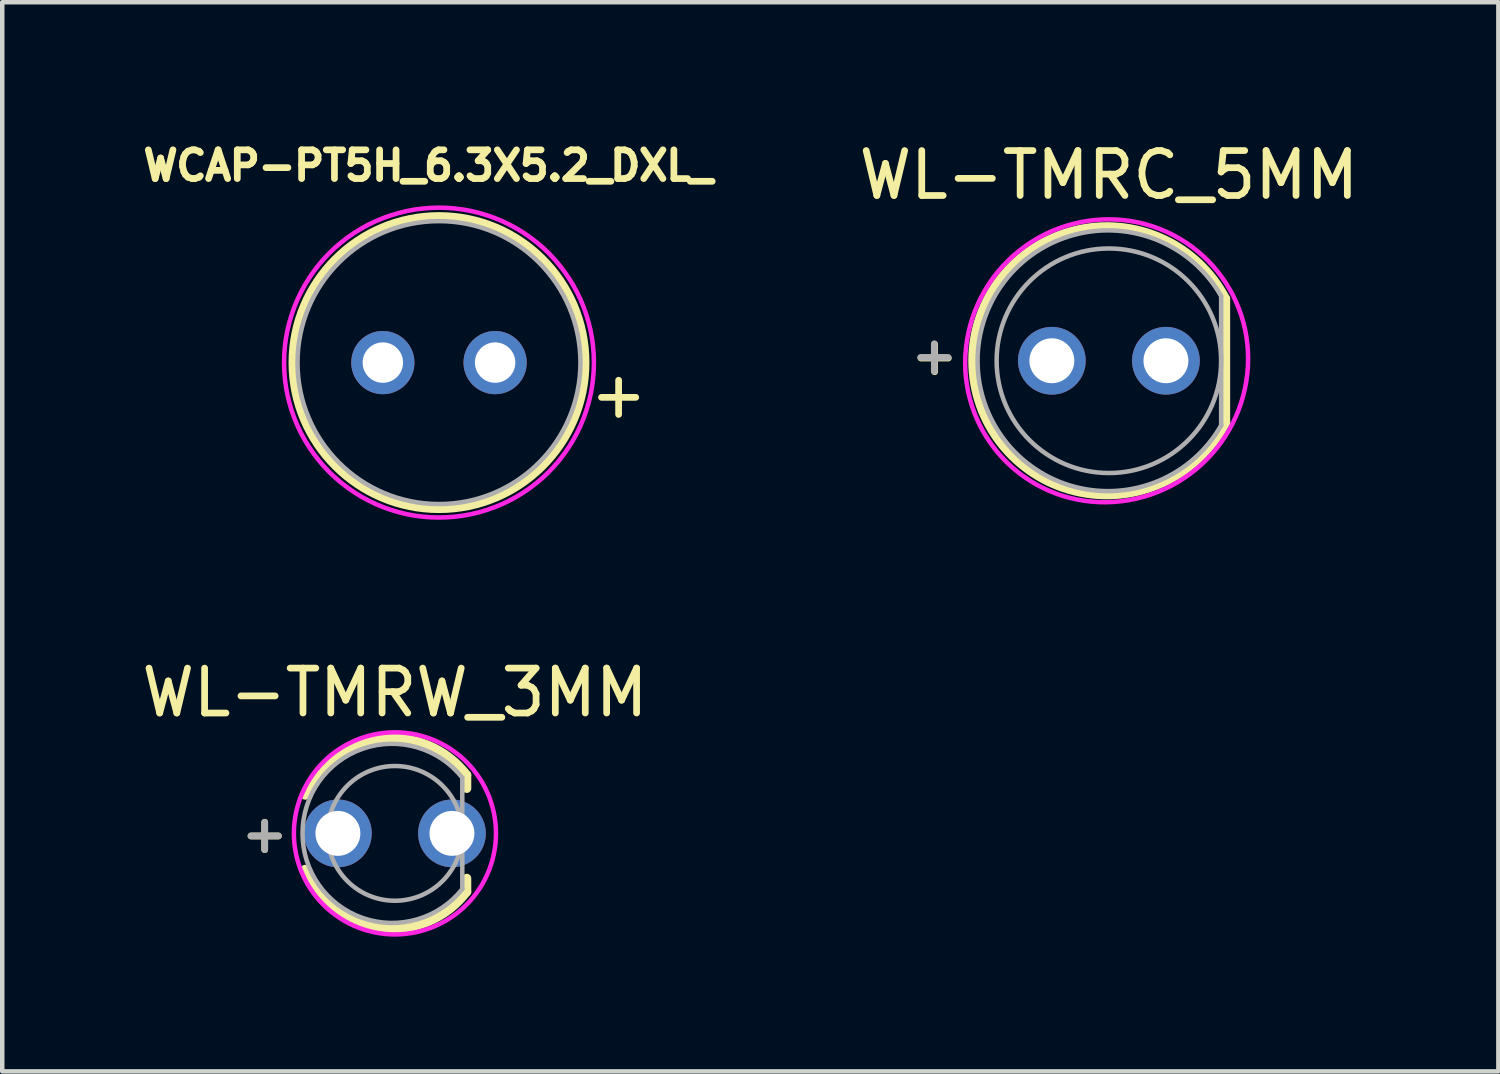
<source format=kicad_pcb>
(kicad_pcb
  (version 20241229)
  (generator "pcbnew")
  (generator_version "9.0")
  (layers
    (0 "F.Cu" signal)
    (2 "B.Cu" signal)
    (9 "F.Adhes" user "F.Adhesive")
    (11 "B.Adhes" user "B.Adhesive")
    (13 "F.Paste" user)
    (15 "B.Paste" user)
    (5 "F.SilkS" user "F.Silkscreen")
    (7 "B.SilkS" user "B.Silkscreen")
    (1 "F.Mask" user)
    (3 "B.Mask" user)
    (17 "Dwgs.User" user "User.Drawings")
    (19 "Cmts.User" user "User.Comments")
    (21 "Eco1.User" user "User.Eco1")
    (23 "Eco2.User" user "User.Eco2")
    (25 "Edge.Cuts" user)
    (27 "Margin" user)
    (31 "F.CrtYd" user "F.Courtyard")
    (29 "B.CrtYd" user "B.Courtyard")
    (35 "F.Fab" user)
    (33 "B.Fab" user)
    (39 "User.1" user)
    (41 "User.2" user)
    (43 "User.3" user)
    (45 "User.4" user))
  (footprint "WCAP-PT5H_6.3X5.2_DXL_"
    (layer "F.Cu")
    (at 6.725 5.024)
    (property "Reference" "WCAP-PT5H_6.3X5.2_DXL_" (at -0.24 -4.386 0) (layer "F.SilkS") (effects (font (size 0.64 0.64) (thickness 0.15))))
    (attr through_hole)
    (fp_circle (center 0 0) (end 3.25 0) (stroke (width 0.2) (type solid)) (fill no) (layer "F.SilkS"))
    (fp_poly (pts (xy 0 3.45) (xy -0.181 3.445) (xy -0.361 3.431) (xy -0.54 3.408) (xy -0.717 3.375) (xy -0.893 3.332) (xy -1.066 3.281) (xy -1.236 3.221) (xy -1.403 3.152) (xy -1.566 3.074) (xy -1.725 2.988) (xy -1.879 2.893) (xy -2.028 2.791) (xy -2.171 2.681) (xy -2.309 2.564) (xy -2.44 2.44) (xy -2.564 2.309) (xy -2.681 2.171) (xy -2.791 2.028) (xy -2.893 1.879) (xy -2.988 1.725) (xy -3.074 1.566) (xy -3.152 1.403) (xy -3.221 1.236) (xy -3.281 1.066) (xy -3.332 0.893) (xy -3.375 0.717) (xy -3.408 0.54) (xy -3.431 0.361) (xy -3.445 0.181) (xy -3.45 0) (xy -3.445 -0.181) (xy -3.431 -0.361) (xy -3.408 -0.54) (xy -3.375 -0.717) (xy -3.332 -0.893) (xy -3.281 -1.066) (xy -3.221 -1.236) (xy -3.152 -1.403) (xy -3.074 -1.566) (xy -2.988 -1.725) (xy -2.893 -1.879) (xy -2.791 -2.028) (xy -2.681 -2.171) (xy -2.564 -2.309) (xy -2.44 -2.44) (xy -2.309 -2.564) (xy -2.171 -2.681) (xy -2.028 -2.791) (xy -1.879 -2.893) (xy -1.725 -2.988) (xy -1.566 -3.074) (xy -1.403 -3.152) (xy -1.236 -3.221) (xy -1.066 -3.281) (xy -0.893 -3.332) (xy -0.717 -3.375) (xy -0.54 -3.408) (xy -0.361 -3.431) (xy -0.181 -3.445) (xy 0 -3.45) (xy 0.181 -3.445) (xy 0.361 -3.431) (xy 0.54 -3.408) (xy 0.717 -3.375) (xy 0.893 -3.332) (xy 1.066 -3.281) (xy 1.236 -3.221) (xy 1.403 -3.152) (xy 1.566 -3.074) (xy 1.725 -2.988) (xy 1.879 -2.893) (xy 2.028 -2.791) (xy 2.171 -2.681) (xy 2.309 -2.564) (xy 2.44 -2.44) (xy 2.564 -2.309) (xy 2.681 -2.171) (xy 2.791 -2.028) (xy 2.893 -1.879) (xy 2.988 -1.725) (xy 3.074 -1.566) (xy 3.152 -1.403) (xy 3.221 -1.236) (xy 3.281 -1.066) (xy 3.332 -0.893) (xy 3.375 -0.717) (xy 3.408 -0.54) (xy 3.431 -0.361) (xy 3.445 -0.181) (xy 3.45 0) (xy 3.445 0.181) (xy 3.431 0.361) (xy 3.408 0.54) (xy 3.375 0.717) (xy 3.332 0.893) (xy 3.281 1.066) (xy 3.221 1.236) (xy 3.152 1.403) (xy 3.074 1.566) (xy 2.988 1.725) (xy 2.893 1.879) (xy 2.791 2.028) (xy 2.681 2.171) (xy 2.564 2.309) (xy 2.44 2.44) (xy 2.309 2.564) (xy 2.171 2.681) (xy 2.028 2.791) (xy 1.879 2.893) (xy 1.725 2.988) (xy 1.566 3.074) (xy 1.403 3.152) (xy 1.236 3.221) (xy 1.066 3.281) (xy 0.893 3.332) (xy 0.717 3.375) (xy 0.54 3.408) (xy 0.361 3.431) (xy 0.181 3.445) (xy 0 3.45)) (stroke (width 0.1) (type solid)) (fill no) (layer "F.CrtYd"))
    (fp_circle (center 0 0) (end 3.15 0) (stroke (width 0.1) (type solid)) (fill no) (layer "F.Fab"))
    (fp_text user "+" (at 4 0.7 0) (layer "F.SilkS") (effects (font (size 1 1) (thickness 0.15))))
    (pad "1" thru_hole circle (at 1.25 0) (size 1.408 1.408) (drill 0.9) (layers "*.Cu" "*.Mask"))
    (pad "2" thru_hole circle (at -1.25 0) (size 1.408 1.408) (drill 0.9) (layers "*.Cu" "*.Mask")))
  (footprint "WL-TMRW_3MM"
    (layer "F.Cu")
    (at 5.744 15.507)
    (property "Reference" "WL-TMRW_3MM" (at 0 -3.135 0) (layer "F.SilkS") (effects (font (size 1 1) (thickness 0.15))))
    (attr through_hole)
    (fp_line (start 1.6 -1) (end 1.6 -1.3) (stroke (width 0.2) (type solid)) (layer "F.SilkS"))
    (fp_line (start 1.6 1) (end 1.6 1.3) (stroke (width 0.2) (type solid)) (layer "F.SilkS"))
    (fp_arc (start -2 -0.85) (mid -0.329141 -2.108124) (end 1.6 -1.3) (stroke (width 0.2) (type solid)) (layer "F.SilkS"))
    (fp_arc (start 1.6 1.3) (mid -0.346505 2.10484) (end -2 0.8) (stroke (width 0.2) (type solid)) (layer "F.SilkS"))
    (fp_poly (pts (xy 0 2.25) (xy -0.118 2.247) (xy -0.235 2.238) (xy -0.352 2.222) (xy -0.468 2.201) (xy -0.582 2.173) (xy -0.695 2.14) (xy -0.806 2.101) (xy -0.915 2.055) (xy -1.021 2.005) (xy -1.125 1.949) (xy -1.225 1.887) (xy -1.323 1.82) (xy -1.416 1.749) (xy -1.506 1.672) (xy -1.591 1.591) (xy -1.672 1.506) (xy -1.749 1.416) (xy -1.82 1.323) (xy -1.887 1.225) (xy -1.949 1.125) (xy -2.005 1.021) (xy -2.055 0.915) (xy -2.101 0.806) (xy -2.14 0.695) (xy -2.173 0.582) (xy -2.201 0.468) (xy -2.222 0.352) (xy -2.238 0.235) (xy -2.247 0.118) (xy -2.25 0) (xy -2.247 -0.118) (xy -2.238 -0.235) (xy -2.222 -0.352) (xy -2.201 -0.468) (xy -2.173 -0.582) (xy -2.14 -0.695) (xy -2.101 -0.806) (xy -2.055 -0.915) (xy -2.005 -1.021) (xy -1.949 -1.125) (xy -1.887 -1.225) (xy -1.82 -1.323) (xy -1.749 -1.416) (xy -1.672 -1.506) (xy -1.591 -1.591) (xy -1.506 -1.672) (xy -1.416 -1.749) (xy -1.323 -1.82) (xy -1.225 -1.887) (xy -1.125 -1.949) (xy -1.021 -2.005) (xy -0.915 -2.055) (xy -0.806 -2.101) (xy -0.695 -2.14) (xy -0.582 -2.173) (xy -0.468 -2.201) (xy -0.352 -2.222) (xy -0.235 -2.238) (xy -0.118 -2.247) (xy 0 -2.25) (xy 0.118 -2.247) (xy 0.235 -2.238) (xy 0.352 -2.222) (xy 0.468 -2.201) (xy 0.582 -2.173) (xy 0.695 -2.14) (xy 0.806 -2.101) (xy 0.915 -2.055) (xy 1.021 -2.005) (xy 1.125 -1.949) (xy 1.225 -1.887) (xy 1.323 -1.82) (xy 1.416 -1.749) (xy 1.506 -1.672) (xy 1.591 -1.591) (xy 1.672 -1.506) (xy 1.749 -1.416) (xy 1.82 -1.323) (xy 1.887 -1.225) (xy 1.949 -1.125) (xy 2.005 -1.021) (xy 2.055 -0.915) (xy 2.101 -0.806) (xy 2.14 -0.695) (xy 2.173 -0.582) (xy 2.201 -0.468) (xy 2.222 -0.352) (xy 2.238 -0.235) (xy 2.247 -0.118) (xy 2.25 0) (xy 2.247 0.118) (xy 2.238 0.235) (xy 2.222 0.352) (xy 2.201 0.468) (xy 2.173 0.582) (xy 2.14 0.695) (xy 2.101 0.806) (xy 2.055 0.915) (xy 2.005 1.021) (xy 1.949 1.125) (xy 1.887 1.225) (xy 1.82 1.323) (xy 1.749 1.416) (xy 1.672 1.506) (xy 1.591 1.591) (xy 1.506 1.672) (xy 1.416 1.749) (xy 1.323 1.82) (xy 1.225 1.887) (xy 1.125 1.949) (xy 1.021 2.005) (xy 0.915 2.055) (xy 0.806 2.101) (xy 0.695 2.14) (xy 0.582 2.173) (xy 0.468 2.201) (xy 0.352 2.222) (xy 0.235 2.238) (xy 0.118 2.247) (xy 0 2.25)) (stroke (width 0.1) (type solid)) (fill no) (layer "F.CrtYd"))
    (fp_line (start 1.5 -1.24) (end 1.5 1.24) (stroke (width 0.1) (type solid)) (layer "F.Fab"))
    (fp_arc (start 1.5 1.24) (mid -2.057846 0) (end 1.5 -1.24) (stroke (width 0.1) (type solid)) (layer "F.Fab"))
    (fp_circle (center 0 0) (end 1.5 0) (stroke (width 0.1) (type solid)) (fill no) (layer "F.Fab"))
    (fp_text user "+" (at -2.9 0 0) (layer "F.SilkS") (effects (font (size 0.8 0.8) (thickness 0.15))))
    (fp_text user "+" (at -2.9 0 0) (layer "F.Fab") (effects (font (size 0.8 0.8) (thickness 0.15))))
    (pad "1" thru_hole circle (at 1.27 0) (size 1.508 1.508) (drill 1) (layers "*.Cu" "*.Mask"))
    (pad "2" thru_hole circle (at -1.27 0) (size 1.508 1.508) (drill 1) (layers "*.Cu" "*.Mask")))
  (footprint "WL-TMRC_5MM"
    (layer "F.Cu")
    (at 21.642 4.983)
    (property "Reference" "WL-TMRC_5MM" (at 0 -4.135 0) (layer "F.SilkS") (effects (font (size 1 1) (thickness 0.15))))
    (attr through_hole)
    (fp_line (start 2.6 -1.38) (end 2.6 1.38) (stroke (width 0.2) (type solid)) (layer "F.SilkS"))
    (fp_arc (start 2.6 1.38) (mid -3.031505 0) (end 2.6 -1.38) (stroke (width 0.2) (type solid)) (layer "F.SilkS"))
    (fp_poly (pts (xy 0.051 -3.148) (xy 0.216 -3.141) (xy 0.376 -3.126) (xy 0.534 -3.103) (xy 0.692 -3.071) (xy 0.847 -3.031) (xy 1 -2.983) (xy 1.151 -2.928) (xy 1.298 -2.865) (xy 1.442 -2.794) (xy 1.582 -2.715) (xy 1.718 -2.63) (xy 1.849 -2.538) (xy 1.975 -2.439) (xy 2.096 -2.334) (xy 2.212 -2.222) (xy 2.321 -2.105) (xy 2.424 -1.982) (xy 2.521 -1.854) (xy 2.611 -1.721) (xy 2.694 -1.584) (xy 2.77 -1.443) (xy 2.838 -1.297) (xy 2.899 -1.149) (xy 2.952 -0.998) (xy 2.997 -0.844) (xy 3.034 -0.688) (xy 3.063 -0.53) (xy 3.083 -0.371) (xy 3.096 -0.211) (xy 3.1 -0.05) (xy 3.096 0.116) (xy 3.083 0.281) (xy 3.061 0.445) (xy 3.032 0.608) (xy 2.993 0.77) (xy 2.947 0.929) (xy 2.892 1.085) (xy 2.829 1.238) (xy 2.759 1.388) (xy 2.681 1.534) (xy 2.595 1.676) (xy 2.502 1.813) (xy 2.402 1.945) (xy 2.295 2.072) (xy 2.182 2.193) (xy 2.063 2.308) (xy 1.938 2.417) (xy 1.808 2.519) (xy 1.672 2.615) (xy 1.532 2.703) (xy 1.387 2.784) (xy 1.239 2.857) (xy 1.087 2.922) (xy 0.931 2.98) (xy 0.773 3.029) (xy 0.613 3.07) (xy 0.45 3.103) (xy 0.286 3.127) (xy 0.121 3.143) (xy -0.049 3.15) (xy -0.052 3.15) (xy -0.211 3.148) (xy -0.374 3.138) (xy -0.537 3.119) (xy -0.699 3.092) (xy -0.859 3.056) (xy -1.017 3.012) (xy -1.173 2.959) (xy -1.325 2.898) (xy -1.474 2.83) (xy -1.619 2.753) (xy -1.76 2.669) (xy -1.896 2.577) (xy -2.027 2.479) (xy -2.153 2.374) (xy -2.273 2.262) (xy -2.387 2.144) (xy -2.495 2.02) (xy -2.595 1.89) (xy -2.689 1.756) (xy -2.776 1.616) (xy -2.855 1.473) (xy -2.926 1.325) (xy -2.99 1.174) (xy -3.045 1.019) (xy -3.092 0.862) (xy -3.131 0.703) (xy -3.161 0.541) (xy -3.183 0.379) (xy -3.196 0.215) (xy -3.2 0.051) (xy -3.196 -0.118) (xy -3.182 -0.287) (xy -3.16 -0.455) (xy -3.129 -0.621) (xy -3.089 -0.786) (xy -3.04 -0.948) (xy -2.983 -1.108) (xy -2.917 -1.264) (xy -2.844 -1.416) (xy -2.762 -1.565) (xy -2.673 -1.709) (xy -2.576 -1.848) (xy -2.472 -1.981) (xy -2.361 -2.109) (xy -2.243 -2.231) (xy -2.119 -2.347) (xy -1.989 -2.455) (xy -1.854 -2.557) (xy -1.713 -2.652) (xy -1.568 -2.739) (xy -1.418 -2.818) (xy -1.264 -2.889) (xy -1.107 -2.951) (xy -0.946 -3.006) (xy -0.783 -3.051) (xy -0.618 -3.089) (xy -0.451 -3.117) (xy -0.283 -3.136) (xy -0.114 -3.147) (xy 0.051 -3.148) (xy 0.051 -3.148)) (stroke (width 0.1) (type solid)) (fill no) (layer "F.CrtYd"))
    (fp_line (start 2.5 -1.44) (end 2.5 1.44) (stroke (width 0.1) (type solid)) (layer "F.Fab"))
    (fp_arc (start 2.5 1.44) (mid -2.924012 0) (end 2.5 -1.44) (stroke (width 0.1) (type solid)) (layer "F.Fab"))
    (fp_circle (center 0 0) (end 2.5 0) (stroke (width 0.1) (type solid)) (fill no) (layer "F.Fab"))
    (fp_text user "+" (at -3.88 -0.118 0) (layer "F.SilkS") (effects (font (size 0.8 0.8) (thickness 0.15))))
    (fp_text user "+" (at -3.887 -0.131 0) (layer "F.Fab") (effects (font (size 0.8 0.8) (thickness 0.15))))
    (pad "1" thru_hole circle (at -1.27 0) (size 1.508 1.508) (drill 1) (layers "*.Cu" "*.Mask"))
    (pad "2" thru_hole circle (at 1.27 0) (size 1.508 1.508) (drill 1) (layers "*.Cu" "*.Mask")))
  (gr_rect
    (start -3 -3)
    (end 30.315 20.807)
    (stroke (width 0.1) (type default))
    (fill no)
    (layer "Edge.Cuts")))
</source>
